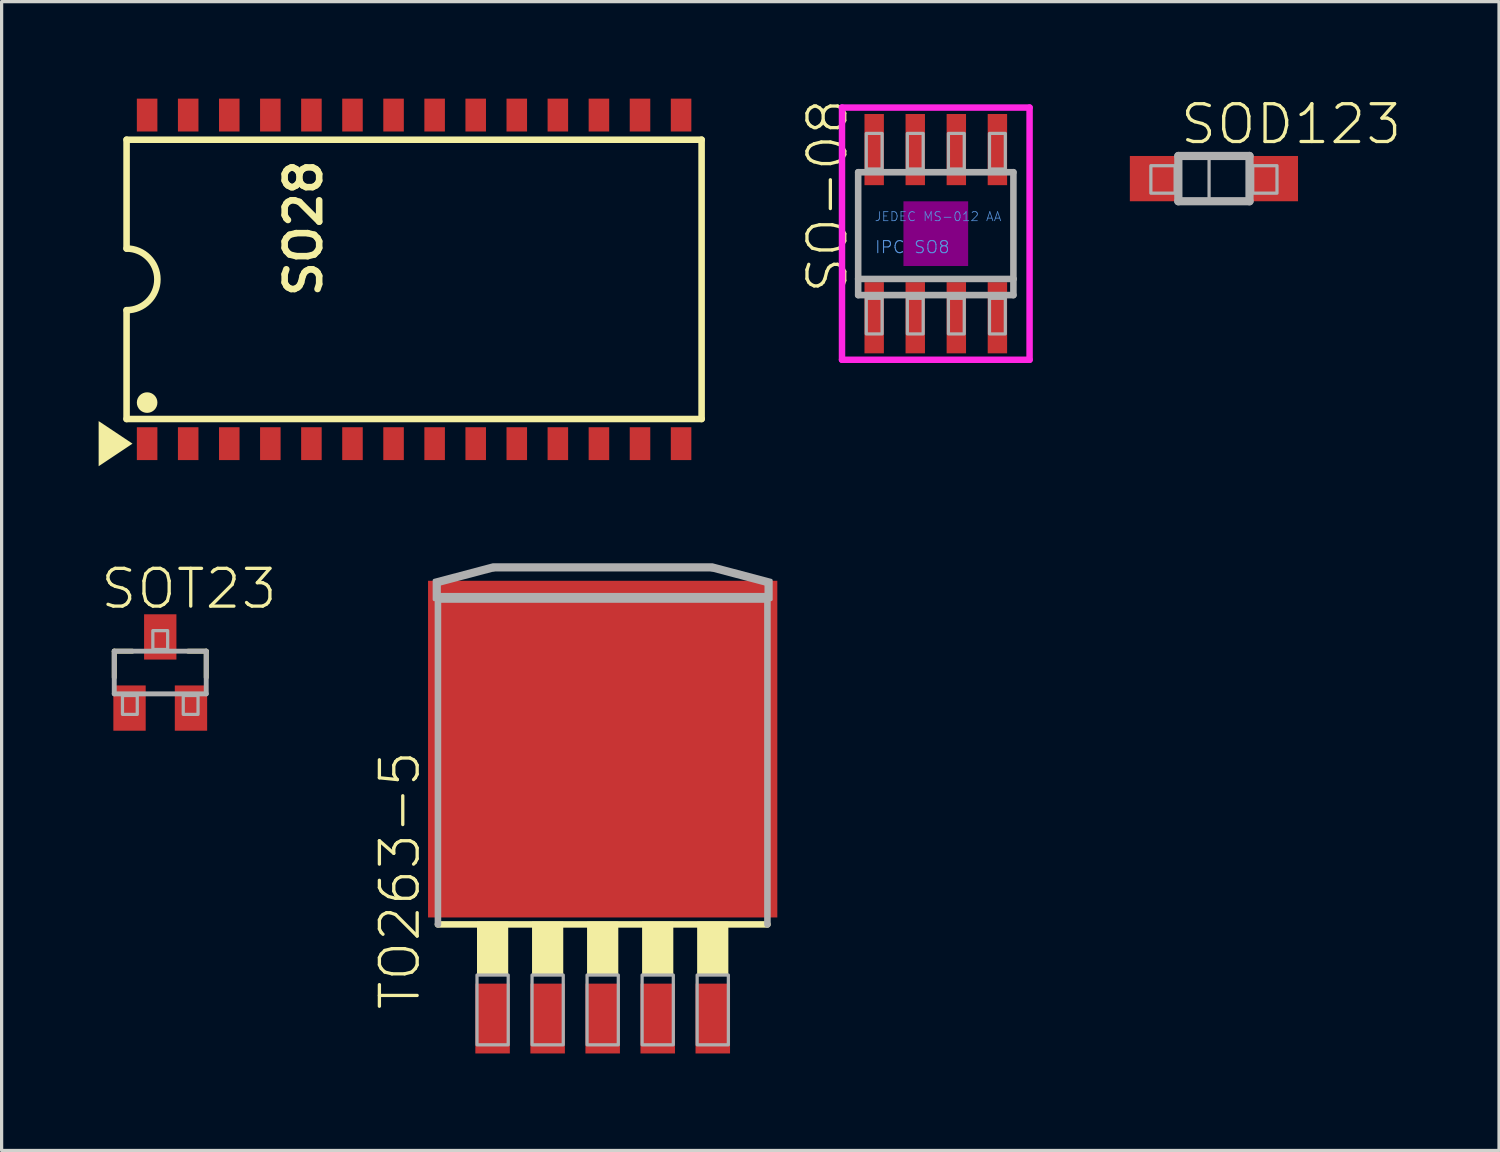
<source format=kicad_pcb>
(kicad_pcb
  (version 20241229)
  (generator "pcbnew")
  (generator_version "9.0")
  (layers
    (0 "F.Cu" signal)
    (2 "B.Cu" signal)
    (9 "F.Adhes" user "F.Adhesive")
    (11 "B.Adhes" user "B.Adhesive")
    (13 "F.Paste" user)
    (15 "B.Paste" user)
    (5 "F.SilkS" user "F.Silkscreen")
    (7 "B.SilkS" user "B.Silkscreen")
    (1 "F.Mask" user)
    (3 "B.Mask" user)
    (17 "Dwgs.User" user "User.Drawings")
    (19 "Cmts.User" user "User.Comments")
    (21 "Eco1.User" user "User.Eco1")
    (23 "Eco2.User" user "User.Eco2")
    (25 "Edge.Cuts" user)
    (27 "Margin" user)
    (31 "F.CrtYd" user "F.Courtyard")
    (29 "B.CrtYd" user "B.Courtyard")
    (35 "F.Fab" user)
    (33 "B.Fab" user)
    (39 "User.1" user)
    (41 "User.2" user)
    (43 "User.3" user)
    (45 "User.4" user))
  (footprint "SO-08"
    (layer "F.Cu")
    (at 25.885 4.175)
    (property "Reference" "SO-08" (at -2.667 1.905 90) (layer "F.SilkS") (effects (font (size 1.168 1.168) (thickness 0.102)) (justify left bottom)))
    (fp_poly (pts (xy -1 1) (xy 1 1) (xy 1 -1) (xy -1 -1)) (stroke (width 0) (type solid)) (fill yes) (layer "F.Adhes"))
    (fp_line (start -2.9 -3.9) (end 2.9 -3.9) (stroke (width 0.2) (type solid)) (layer "F.CrtYd"))
    (fp_line (start -2.9 3.9) (end -2.9 -3.9) (stroke (width 0.2) (type solid)) (layer "F.CrtYd"))
    (fp_line (start 2.9 -3.9) (end 2.9 3.9) (stroke (width 0.2) (type solid)) (layer "F.CrtYd"))
    (fp_line (start 2.9 3.9) (end -2.9 3.9) (stroke (width 0.2) (type solid)) (layer "F.CrtYd"))
    (fp_line (start -2.4 -1.9) (end 2.4 -1.9) (stroke (width 0.203) (type solid)) (layer "F.Fab"))
    (fp_line (start -2.4 1.4) (end -2.4 -1.9) (stroke (width 0.203) (type solid)) (layer "F.Fab"))
    (fp_line (start -2.4 1.9) (end -2.4 1.4) (stroke (width 0.203) (type solid)) (layer "F.Fab"))
    (fp_line (start 2.4 -1.9) (end 2.4 1.4) (stroke (width 0.203) (type solid)) (layer "F.Fab"))
    (fp_line (start 2.4 1.4) (end -2.4 1.4) (stroke (width 0.203) (type solid)) (layer "F.Fab"))
    (fp_line (start 2.4 1.4) (end 2.4 1.9) (stroke (width 0.203) (type solid)) (layer "F.Fab"))
    (fp_line (start 2.4 1.9) (end -2.4 1.9) (stroke (width 0.203) (type solid)) (layer "F.Fab"))
    (fp_poly (pts (xy -2.15 -2) (xy -1.66 -2) (xy -1.66 -3.1) (xy -2.15 -3.1)) (stroke (width 0.1) (type solid)) (fill no) (layer "F.Fab"))
    (fp_poly (pts (xy -2.15 3.1) (xy -1.66 3.1) (xy -1.66 2) (xy -2.15 2)) (stroke (width 0.1) (type solid)) (fill no) (layer "F.Fab"))
    (fp_poly (pts (xy -0.88 -2) (xy -0.39 -2) (xy -0.39 -3.1) (xy -0.88 -3.1)) (stroke (width 0.1) (type solid)) (fill no) (layer "F.Fab"))
    (fp_poly (pts (xy -0.88 3.1) (xy -0.39 3.1) (xy -0.39 2) (xy -0.88 2)) (stroke (width 0.1) (type solid)) (fill no) (layer "F.Fab"))
    (fp_poly (pts (xy 0.39 -2) (xy 0.88 -2) (xy 0.88 -3.1) (xy 0.39 -3.1)) (stroke (width 0.1) (type solid)) (fill no) (layer "F.Fab"))
    (fp_poly (pts (xy 0.39 3.1) (xy 0.88 3.1) (xy 0.88 2) (xy 0.39 2)) (stroke (width 0.1) (type solid)) (fill no) (layer "F.Fab"))
    (fp_poly (pts (xy 1.66 -2) (xy 2.15 -2) (xy 2.15 -3.1) (xy 1.66 -3.1)) (stroke (width 0.1) (type solid)) (fill no) (layer "F.Fab"))
    (fp_poly (pts (xy 1.66 3.1) (xy 2.15 3.1) (xy 2.15 2) (xy 1.66 2)) (stroke (width 0.1) (type solid)) (fill no) (layer "F.Fab"))
    (fp_text user "JEDEC MS-012 AA" (at -1.905 -0.365 0) (layer "Cmts.User") (effects (font (size 0.28 0.28) (thickness 0.024)) (justify left bottom)))
    (fp_text user "IPC SO8" (at -1.905 0.635 0) (layer "Cmts.User") (effects (font (size 0.374 0.374) (thickness 0.033)) (justify left bottom)))
    (pad "1" smd rect (at -1.905 2.6) (size 0.6 2.2) (layers "F.Cu" "F.Mask" "F.Paste"))
    (pad "2" smd rect (at -0.635 2.6) (size 0.6 2.2) (layers "F.Cu" "F.Mask" "F.Paste"))
    (pad "3" smd rect (at 0.635 2.6) (size 0.6 2.2) (layers "F.Cu" "F.Mask" "F.Paste"))
    (pad "4" smd rect (at 1.905 2.6) (size 0.6 2.2) (layers "F.Cu" "F.Mask" "F.Paste"))
    (pad "5" smd rect (at 1.905 -2.6) (size 0.6 2.2) (layers "F.Cu" "F.Mask" "F.Paste"))
    (pad "6" smd rect (at 0.635 -2.6) (size 0.6 2.2) (layers "F.Cu" "F.Mask" "F.Paste"))
    (pad "7" smd rect (at -0.635 -2.6) (size 0.6 2.2) (layers "F.Cu" "F.Mask" "F.Paste"))
    (pad "8" smd rect (at -1.905 -2.6) (size 0.6 2.2) (layers "F.Cu" "F.Mask" "F.Paste")))
  (footprint "SOD123"
    (layer "F.Cu")
    (at 34.485 2.473)
    (property "Reference" "SOD123" (at -1.1 -1 0) (layer "F.SilkS") (effects (font (size 1.168 1.168) (thickness 0.102)) (justify left bottom)))
    (fp_line (start -1.1 -0.7) (end 1.1 -0.7) (stroke (width 0.254) (type solid)) (layer "F.Fab"))
    (fp_line (start -1.1 0.7) (end -1.1 -0.7) (stroke (width 0.254) (type solid)) (layer "F.Fab"))
    (fp_line (start 1.1 -0.7) (end 1.1 0.7) (stroke (width 0.254) (type solid)) (layer "F.Fab"))
    (fp_line (start 1.1 0.7) (end -1.1 0.7) (stroke (width 0.254) (type solid)) (layer "F.Fab"))
    (fp_poly (pts (xy -1.95 0.45) (xy -1.2 0.45) (xy -1.2 -0.4) (xy -1.95 -0.4)) (stroke (width 0.1) (type solid)) (fill no) (layer "F.Fab"))
    (fp_poly (pts (xy -1.05 0.65) (xy -0.15 0.65) (xy -0.15 -0.7) (xy -1.05 -0.7)) (stroke (width 0.1) (type solid)) (fill no) (layer "F.Fab"))
    (fp_poly (pts (xy 1.2 0.45) (xy 1.95 0.45) (xy 1.95 -0.4) (xy 1.2 -0.4)) (stroke (width 0.1) (type solid)) (fill no) (layer "F.Fab"))
    (pad "A" smd rect (at 1.9 0) (size 1.4 1.4) (layers "F.Cu" "F.Mask" "F.Paste"))
    (pad "C" smd rect (at -1.9 0) (size 1.4 1.4) (layers "F.Cu" "F.Mask" "F.Paste")))
  (footprint "TO263-5"
    (layer "F.Cu")
    (at 15.585 22.653)
    (property "Reference" "TO263-5" (at -5.588 5.588 90) (layer "F.SilkS") (effects (font (size 1.168 1.168) (thickness 0.102)) (justify left bottom)))
    (fp_line (start 5.094 2.88) (end -5.094 2.88) (stroke (width 0.203) (type solid)) (layer "F.SilkS"))
    (fp_poly (pts (xy -3.886 4.47) (xy -2.921 4.47) (xy -2.921 2.794) (xy -3.886 2.794)) (stroke (width 0) (type solid)) (fill yes) (layer "F.SilkS"))
    (fp_poly (pts (xy -2.184 4.47) (xy -1.219 4.47) (xy -1.219 2.794) (xy -2.184 2.794)) (stroke (width 0) (type solid)) (fill yes) (layer "F.SilkS"))
    (fp_poly (pts (xy -0.483 4.47) (xy 0.483 4.47) (xy 0.483 2.794) (xy -0.483 2.794)) (stroke (width 0) (type solid)) (fill yes) (layer "F.SilkS"))
    (fp_poly (pts (xy 1.219 4.47) (xy 2.184 4.47) (xy 2.184 2.794) (xy 1.219 2.794)) (stroke (width 0) (type solid)) (fill yes) (layer "F.SilkS"))
    (fp_poly (pts (xy 2.921 4.47) (xy 3.886 4.47) (xy 3.886 2.794) (xy 2.921 2.794)) (stroke (width 0) (type solid)) (fill yes) (layer "F.SilkS"))
    (fp_line (start -5.105 -7.678) (end -3.378 -8.135) (stroke (width 0.203) (type solid)) (layer "F.Fab"))
    (fp_line (start -5.105 -7.267) (end -5.105 -7.678) (stroke (width 0.203) (type solid)) (layer "F.Fab"))
    (fp_line (start -5.094 -7.165) (end 5.094 -7.165) (stroke (width 0.203) (type solid)) (layer "F.Fab"))
    (fp_line (start -5.094 2.88) (end -5.094 -7.165) (stroke (width 0.203) (type solid)) (layer "F.Fab"))
    (fp_line (start -3.378 -8.135) (end 3.378 -8.135) (stroke (width 0.203) (type solid)) (layer "F.Fab"))
    (fp_line (start 3.378 -8.135) (end 5.105 -7.678) (stroke (width 0.203) (type solid)) (layer "F.Fab"))
    (fp_line (start 5.094 -7.165) (end 5.094 2.88) (stroke (width 0.203) (type solid)) (layer "F.Fab"))
    (fp_line (start 5.105 -7.678) (end 5.105 -7.267) (stroke (width 0.203) (type solid)) (layer "F.Fab"))
    (fp_line (start 5.105 -7.267) (end -5.105 -7.267) (stroke (width 0.203) (type solid)) (layer "F.Fab"))
    (fp_poly (pts (xy -3.886 6.604) (xy -2.921 6.604) (xy -2.921 4.445) (xy -3.886 4.445)) (stroke (width 0.1) (type solid)) (fill no) (layer "F.Fab"))
    (fp_poly (pts (xy -2.184 6.604) (xy -1.219 6.604) (xy -1.219 4.445) (xy -2.184 4.445)) (stroke (width 0.1) (type solid)) (fill no) (layer "F.Fab"))
    (fp_poly (pts (xy -0.483 6.604) (xy 0.483 6.604) (xy 0.483 4.445) (xy -0.483 4.445)) (stroke (width 0.1) (type solid)) (fill no) (layer "F.Fab"))
    (fp_poly (pts (xy 1.219 6.604) (xy 2.184 6.604) (xy 2.184 4.445) (xy 1.219 4.445)) (stroke (width 0.1) (type solid)) (fill no) (layer "F.Fab"))
    (fp_poly (pts (xy 2.921 6.604) (xy 3.886 6.604) (xy 3.886 4.445) (xy 2.921 4.445)) (stroke (width 0.1) (type solid)) (fill no) (layer "F.Fab"))
    (fp_poly (pts (xy 5.207 -7.756) (xy 5.207 -7.165) (xy -5.207 -7.165) (xy -5.207 -7.756) (xy -3.391 -8.237) (xy 3.391 -8.237)) (stroke (width 0.1) (type solid)) (fill no) (layer "F.Fab"))
    (pad "1" smd rect (at -3.404 5.791) (size 1.067 2.159) (layers "F.Cu" "F.Mask" "F.Paste"))
    (pad "2" smd rect (at -1.702 5.791) (size 1.067 2.159) (layers "F.Cu" "F.Mask" "F.Paste"))
    (pad "3" smd rect (at 0 5.791) (size 1.067 2.159) (layers "F.Cu" "F.Mask" "F.Paste"))
    (pad "4" smd rect (at 1.702 5.791) (size 1.067 2.159) (layers "F.Cu" "F.Mask" "F.Paste"))
    (pad "5" smd rect (at 3.404 5.791) (size 1.067 2.159) (layers "F.Cu" "F.Mask" "F.Paste"))
    (pad "6" smd rect (at 0 -2.54) (size 10.8 10.41) (layers "F.Cu" "F.Mask" "F.Paste")))
  (footprint "SOT23"
    (layer "F.Cu")
    (at 1.905 17.744)
    (property "Reference" "SOT23" (at -1.905 -1.905 0) (layer "F.SilkS") (effects (font (size 1.168 1.168) (thickness 0.102)) (justify left bottom)))
    (fp_line (start -1.422 -0.66) (end -0.864 -0.66) (stroke (width 0.152) (type solid)) (layer "F.SilkS"))
    (fp_line (start -1.422 0.152) (end -1.422 -0.66) (stroke (width 0.152) (type solid)) (layer "F.SilkS"))
    (fp_line (start 0.864 -0.66) (end 1.422 -0.66) (stroke (width 0.152) (type solid)) (layer "F.SilkS"))
    (fp_line (start 1.422 -0.66) (end 1.422 0.152) (stroke (width 0.152) (type solid)) (layer "F.SilkS"))
    (fp_line (start -1.422 -0.66) (end 1.422 -0.66) (stroke (width 0.152) (type solid)) (layer "F.Fab"))
    (fp_line (start -1.422 0.66) (end -1.422 -0.66) (stroke (width 0.152) (type solid)) (layer "F.Fab"))
    (fp_line (start 1.422 -0.66) (end 1.422 0.66) (stroke (width 0.152) (type solid)) (layer "F.Fab"))
    (fp_line (start 1.422 0.66) (end -1.422 0.66) (stroke (width 0.152) (type solid)) (layer "F.Fab"))
    (fp_poly (pts (xy -1.168 1.295) (xy -0.711 1.295) (xy -0.711 0.711) (xy -1.168 0.711)) (stroke (width 0.1) (type solid)) (fill no) (layer "F.Fab"))
    (fp_poly (pts (xy -0.229 -0.711) (xy 0.229 -0.711) (xy 0.229 -1.295) (xy -0.229 -1.295)) (stroke (width 0.1) (type solid)) (fill no) (layer "F.Fab"))
    (fp_poly (pts (xy 0.711 1.295) (xy 1.168 1.295) (xy 1.168 0.711) (xy 0.711 0.711)) (stroke (width 0.1) (type solid)) (fill no) (layer "F.Fab"))
    (pad "1" smd rect (at -0.95 1.1) (size 1 1.4) (layers "F.Cu" "F.Mask" "F.Paste"))
    (pad "2" smd rect (at 0.95 1.1) (size 1 1.4) (layers "F.Cu" "F.Mask" "F.Paste"))
    (pad "3" smd rect (at 0 -1.1) (size 1 1.4) (layers "F.Cu" "F.Mask" "F.Paste")))
  (footprint "SO28"
    (layer "F.Cu")
    (at 9.754 5.588)
    (property "Reference" "SO28" (at -2.794 0.635 90) (layer "F.SilkS") (effects (font (size 1.067 1.067) (thickness 0.203)) (justify left bottom)))
    (fp_line (start -8.89 -4.318) (end -8.89 -0.953) (stroke (width 0.203) (type solid)) (layer "F.SilkS"))
    (fp_line (start -8.89 0.953) (end -8.89 4.318) (stroke (width 0.203) (type solid)) (layer "F.SilkS"))
    (fp_line (start -8.89 4.318) (end 8.89 4.318) (stroke (width 0.203) (type solid)) (layer "F.SilkS"))
    (fp_line (start 8.89 -4.318) (end -8.89 -4.318) (stroke (width 0.203) (type solid)) (layer "F.SilkS"))
    (fp_line (start 8.89 4.318) (end 8.89 -4.318) (stroke (width 0.203) (type solid)) (layer "F.SilkS"))
    (fp_arc (start -8.89 -0.9525) (mid -7.9375 0) (end -8.89 0.9525) (stroke (width 0.2032) (type solid)) (layer "F.SilkS"))
    (fp_circle (center -8.255 3.81) (end -8.096 3.81) (stroke (width 0.318) (type solid)) (fill yes) (layer "F.SilkS"))
    (fp_poly (pts (xy -8.707 5.08) (xy -9.754 5.778) (xy -9.754 4.382)) (stroke (width 0) (type solid)) (fill yes) (layer "F.SilkS"))
    (pad "1" smd rect (at -8.255 5.08) (size 0.635 1.016) (layers "F.Cu" "F.Mask" "F.Paste"))
    (pad "2" smd rect (at -6.985 5.08) (size 0.635 1.016) (layers "F.Cu" "F.Mask" "F.Paste"))
    (pad "3" smd rect (at -5.715 5.08) (size 0.635 1.016) (layers "F.Cu" "F.Mask" "F.Paste"))
    (pad "4" smd rect (at -4.445 5.08) (size 0.635 1.016) (layers "F.Cu" "F.Mask" "F.Paste"))
    (pad "5" smd rect (at -3.175 5.08) (size 0.635 1.016) (layers "F.Cu" "F.Mask" "F.Paste"))
    (pad "6" smd rect (at -1.905 5.08) (size 0.635 1.016) (layers "F.Cu" "F.Mask" "F.Paste"))
    (pad "7" smd rect (at -0.635 5.08) (size 0.635 1.016) (layers "F.Cu" "F.Mask" "F.Paste"))
    (pad "8" smd rect (at 0.635 5.08) (size 0.635 1.016) (layers "F.Cu" "F.Mask" "F.Paste"))
    (pad "9" smd rect (at 1.905 5.08) (size 0.635 1.016) (layers "F.Cu" "F.Mask" "F.Paste"))
    (pad "10" smd rect (at 3.175 5.08) (size 0.635 1.016) (layers "F.Cu" "F.Mask" "F.Paste"))
    (pad "11" smd rect (at 4.445 5.08) (size 0.635 1.016) (layers "F.Cu" "F.Mask" "F.Paste"))
    (pad "12" smd rect (at 5.715 5.08) (size 0.635 1.016) (layers "F.Cu" "F.Mask" "F.Paste"))
    (pad "13" smd rect (at 6.985 5.08) (size 0.635 1.016) (layers "F.Cu" "F.Mask" "F.Paste"))
    (pad "14" smd rect (at 8.255 5.08) (size 0.635 1.016) (layers "F.Cu" "F.Mask" "F.Paste"))
    (pad "15" smd rect (at 8.255 -5.08) (size 0.635 1.016) (layers "F.Cu" "F.Mask" "F.Paste"))
    (pad "16" smd rect (at 6.985 -5.08) (size 0.635 1.016) (layers "F.Cu" "F.Mask" "F.Paste"))
    (pad "17" smd rect (at 5.715 -5.08) (size 0.635 1.016) (layers "F.Cu" "F.Mask" "F.Paste"))
    (pad "18" smd rect (at 4.445 -5.08) (size 0.635 1.016) (layers "F.Cu" "F.Mask" "F.Paste"))
    (pad "19" smd rect (at 3.175 -5.08) (size 0.635 1.016) (layers "F.Cu" "F.Mask" "F.Paste"))
    (pad "20" smd rect (at 1.905 -5.08) (size 0.635 1.016) (layers "F.Cu" "F.Mask" "F.Paste"))
    (pad "21" smd rect (at 0.635 -5.08) (size 0.635 1.016) (layers "F.Cu" "F.Mask" "F.Paste"))
    (pad "22" smd rect (at -0.635 -5.08) (size 0.635 1.016) (layers "F.Cu" "F.Mask" "F.Paste"))
    (pad "23" smd rect (at -1.905 -5.08) (size 0.635 1.016) (layers "F.Cu" "F.Mask" "F.Paste"))
    (pad "24" smd rect (at -3.175 -5.08) (size 0.635 1.016) (layers "F.Cu" "F.Mask" "F.Paste"))
    (pad "25" smd rect (at -4.445 -5.08) (size 0.635 1.016) (layers "F.Cu" "F.Mask" "F.Paste"))
    (pad "26" smd rect (at -5.715 -5.08) (size 0.635 1.016) (layers "F.Cu" "F.Mask" "F.Paste"))
    (pad "27" smd rect (at -6.985 -5.08) (size 0.635 1.016) (layers "F.Cu" "F.Mask" "F.Paste"))
    (pad "28" smd rect (at -8.255 -5.08) (size 0.635 1.016) (layers "F.Cu" "F.Mask" "F.Paste")))
  (gr_rect
    (start -3 -3)
    (end 43.3 32.524)
    (stroke (width 0.1) (type default))
    (fill no)
    (layer "Edge.Cuts")))
</source>
